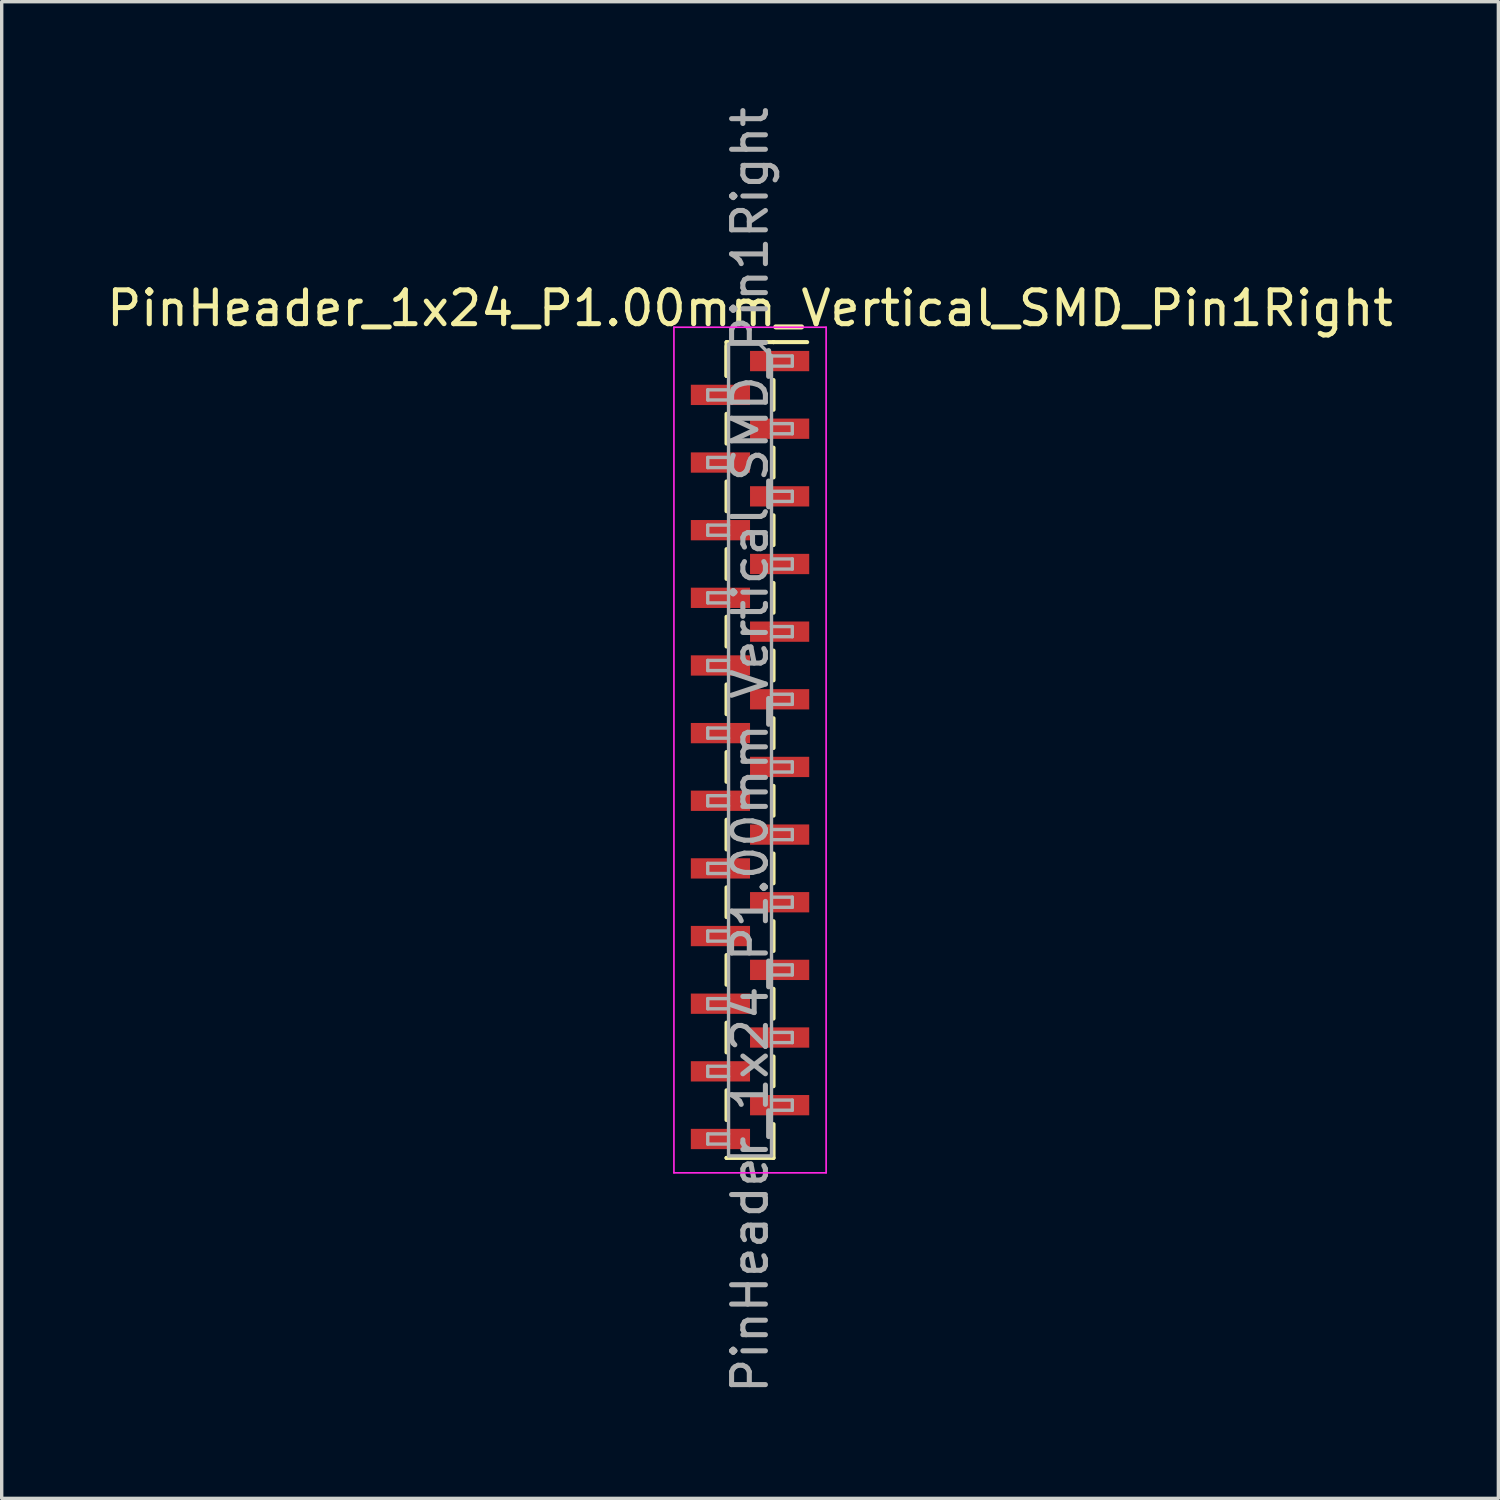
<source format=kicad_pcb>
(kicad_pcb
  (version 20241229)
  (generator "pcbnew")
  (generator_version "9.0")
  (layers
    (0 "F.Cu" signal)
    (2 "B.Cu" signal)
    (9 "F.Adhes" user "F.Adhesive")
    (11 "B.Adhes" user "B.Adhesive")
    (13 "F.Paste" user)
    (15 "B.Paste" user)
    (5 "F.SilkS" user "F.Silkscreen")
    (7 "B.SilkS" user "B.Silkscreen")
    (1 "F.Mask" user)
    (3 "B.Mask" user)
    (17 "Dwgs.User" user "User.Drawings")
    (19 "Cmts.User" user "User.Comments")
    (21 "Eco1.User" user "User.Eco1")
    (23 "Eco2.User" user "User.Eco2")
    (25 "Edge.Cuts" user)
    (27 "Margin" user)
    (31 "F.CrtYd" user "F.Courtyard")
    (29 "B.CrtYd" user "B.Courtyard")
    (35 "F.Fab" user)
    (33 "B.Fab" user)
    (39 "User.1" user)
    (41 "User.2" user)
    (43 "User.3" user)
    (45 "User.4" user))
  (footprint "PinHeader_1x24_P1.00mm_Vertical_SMD_Pin1Right"
    (layer "F.Cu")
    (at 19.125 19.125)
    (property "Reference" "PinHeader_1x24_P1.00mm_Vertical_SMD_Pin1Right" (at 0 -13.06 0) (layer "F.SilkS") (effects (font (size 1 1) (thickness 0.15))))
    (attr smd)
    (fp_line (start -0.695 -12.06) (end -0.695 -11.06) (stroke (width 0.12) (type solid)) (layer "F.SilkS"))
    (fp_line (start -0.695 -12.06) (end 0.695 -12.06) (stroke (width 0.12) (type solid)) (layer "F.SilkS"))
    (fp_line (start -0.695 -11.94) (end -0.695 -11.06) (stroke (width 0.12) (type solid)) (layer "F.SilkS"))
    (fp_line (start -0.695 -9.94) (end -0.695 -9.06) (stroke (width 0.12) (type solid)) (layer "F.SilkS"))
    (fp_line (start -0.695 -7.94) (end -0.695 -7.06) (stroke (width 0.12) (type solid)) (layer "F.SilkS"))
    (fp_line (start -0.695 -5.94) (end -0.695 -5.06) (stroke (width 0.12) (type solid)) (layer "F.SilkS"))
    (fp_line (start -0.695 -3.94) (end -0.695 -3.06) (stroke (width 0.12) (type solid)) (layer "F.SilkS"))
    (fp_line (start -0.695 -1.94) (end -0.695 -1.06) (stroke (width 0.12) (type solid)) (layer "F.SilkS"))
    (fp_line (start -0.695 0.06) (end -0.695 0.94) (stroke (width 0.12) (type solid)) (layer "F.SilkS"))
    (fp_line (start -0.695 2.06) (end -0.695 2.94) (stroke (width 0.12) (type solid)) (layer "F.SilkS"))
    (fp_line (start -0.695 4.06) (end -0.695 4.94) (stroke (width 0.12) (type solid)) (layer "F.SilkS"))
    (fp_line (start -0.695 6.06) (end -0.695 6.94) (stroke (width 0.12) (type solid)) (layer "F.SilkS"))
    (fp_line (start -0.695 8.06) (end -0.695 8.94) (stroke (width 0.12) (type solid)) (layer "F.SilkS"))
    (fp_line (start -0.695 10.06) (end -0.695 10.94) (stroke (width 0.12) (type solid)) (layer "F.SilkS"))
    (fp_line (start -0.695 12.06) (end -0.695 12.06) (stroke (width 0.12) (type solid)) (layer "F.SilkS"))
    (fp_line (start -0.695 12.06) (end 0.695 12.06) (stroke (width 0.12) (type solid)) (layer "F.SilkS"))
    (fp_line (start 0.695 -12.06) (end 0.695 -12.06) (stroke (width 0.12) (type solid)) (layer "F.SilkS"))
    (fp_line (start 0.695 -12.06) (end 1.69 -12.06) (stroke (width 0.12) (type solid)) (layer "F.SilkS"))
    (fp_line (start 0.695 -10.94) (end 0.695 -10.06) (stroke (width 0.12) (type solid)) (layer "F.SilkS"))
    (fp_line (start 0.695 -8.94) (end 0.695 -8.06) (stroke (width 0.12) (type solid)) (layer "F.SilkS"))
    (fp_line (start 0.695 -6.94) (end 0.695 -6.06) (stroke (width 0.12) (type solid)) (layer "F.SilkS"))
    (fp_line (start 0.695 -4.94) (end 0.695 -4.06) (stroke (width 0.12) (type solid)) (layer "F.SilkS"))
    (fp_line (start 0.695 -2.94) (end 0.695 -2.06) (stroke (width 0.12) (type solid)) (layer "F.SilkS"))
    (fp_line (start 0.695 -0.94) (end 0.695 -0.06) (stroke (width 0.12) (type solid)) (layer "F.SilkS"))
    (fp_line (start 0.695 1.06) (end 0.695 1.94) (stroke (width 0.12) (type solid)) (layer "F.SilkS"))
    (fp_line (start 0.695 3.06) (end 0.695 3.94) (stroke (width 0.12) (type solid)) (layer "F.SilkS"))
    (fp_line (start 0.695 5.06) (end 0.695 5.94) (stroke (width 0.12) (type solid)) (layer "F.SilkS"))
    (fp_line (start 0.695 7.06) (end 0.695 7.94) (stroke (width 0.12) (type solid)) (layer "F.SilkS"))
    (fp_line (start 0.695 9.06) (end 0.695 9.94) (stroke (width 0.12) (type solid)) (layer "F.SilkS"))
    (fp_line (start 0.695 11.06) (end 0.695 12.06) (stroke (width 0.12) (type solid)) (layer "F.SilkS"))
    (fp_line (start -2.25 -12.5) (end -2.25 12.5) (stroke (width 0.05) (type solid)) (layer "F.CrtYd"))
    (fp_line (start -2.25 12.5) (end 2.25 12.5) (stroke (width 0.05) (type solid)) (layer "F.CrtYd"))
    (fp_line (start 2.25 -12.5) (end -2.25 -12.5) (stroke (width 0.05) (type solid)) (layer "F.CrtYd"))
    (fp_line (start 2.25 12.5) (end 2.25 -12.5) (stroke (width 0.05) (type solid)) (layer "F.CrtYd"))
    (fp_line (start -1.25 -10.65) (end -1.25 -10.35) (stroke (width 0.1) (type solid)) (layer "F.Fab"))
    (fp_line (start -1.25 -10.35) (end -0.635 -10.35) (stroke (width 0.1) (type solid)) (layer "F.Fab"))
    (fp_line (start -1.25 -8.65) (end -1.25 -8.35) (stroke (width 0.1) (type solid)) (layer "F.Fab"))
    (fp_line (start -1.25 -8.35) (end -0.635 -8.35) (stroke (width 0.1) (type solid)) (layer "F.Fab"))
    (fp_line (start -1.25 -6.65) (end -1.25 -6.35) (stroke (width 0.1) (type solid)) (layer "F.Fab"))
    (fp_line (start -1.25 -6.35) (end -0.635 -6.35) (stroke (width 0.1) (type solid)) (layer "F.Fab"))
    (fp_line (start -1.25 -4.65) (end -1.25 -4.35) (stroke (width 0.1) (type solid)) (layer "F.Fab"))
    (fp_line (start -1.25 -4.35) (end -0.635 -4.35) (stroke (width 0.1) (type solid)) (layer "F.Fab"))
    (fp_line (start -1.25 -2.65) (end -1.25 -2.35) (stroke (width 0.1) (type solid)) (layer "F.Fab"))
    (fp_line (start -1.25 -2.35) (end -0.635 -2.35) (stroke (width 0.1) (type solid)) (layer "F.Fab"))
    (fp_line (start -1.25 -0.65) (end -1.25 -0.35) (stroke (width 0.1) (type solid)) (layer "F.Fab"))
    (fp_line (start -1.25 -0.35) (end -0.635 -0.35) (stroke (width 0.1) (type solid)) (layer "F.Fab"))
    (fp_line (start -1.25 1.35) (end -1.25 1.65) (stroke (width 0.1) (type solid)) (layer "F.Fab"))
    (fp_line (start -1.25 1.65) (end -0.635 1.65) (stroke (width 0.1) (type solid)) (layer "F.Fab"))
    (fp_line (start -1.25 3.35) (end -1.25 3.65) (stroke (width 0.1) (type solid)) (layer "F.Fab"))
    (fp_line (start -1.25 3.65) (end -0.635 3.65) (stroke (width 0.1) (type solid)) (layer "F.Fab"))
    (fp_line (start -1.25 5.35) (end -1.25 5.65) (stroke (width 0.1) (type solid)) (layer "F.Fab"))
    (fp_line (start -1.25 5.65) (end -0.635 5.65) (stroke (width 0.1) (type solid)) (layer "F.Fab"))
    (fp_line (start -1.25 7.35) (end -1.25 7.65) (stroke (width 0.1) (type solid)) (layer "F.Fab"))
    (fp_line (start -1.25 7.65) (end -0.635 7.65) (stroke (width 0.1) (type solid)) (layer "F.Fab"))
    (fp_line (start -1.25 9.35) (end -1.25 9.65) (stroke (width 0.1) (type solid)) (layer "F.Fab"))
    (fp_line (start -1.25 9.65) (end -0.635 9.65) (stroke (width 0.1) (type solid)) (layer "F.Fab"))
    (fp_line (start -1.25 11.35) (end -1.25 11.65) (stroke (width 0.1) (type solid)) (layer "F.Fab"))
    (fp_line (start -1.25 11.65) (end -0.635 11.65) (stroke (width 0.1) (type solid)) (layer "F.Fab"))
    (fp_line (start -0.635 -12) (end -0.635 12) (stroke (width 0.1) (type solid)) (layer "F.Fab"))
    (fp_line (start -0.635 -12) (end 0.285 -12) (stroke (width 0.1) (type solid)) (layer "F.Fab"))
    (fp_line (start -0.635 -10.65) (end -1.25 -10.65) (stroke (width 0.1) (type solid)) (layer "F.Fab"))
    (fp_line (start -0.635 -8.65) (end -1.25 -8.65) (stroke (width 0.1) (type solid)) (layer "F.Fab"))
    (fp_line (start -0.635 -6.65) (end -1.25 -6.65) (stroke (width 0.1) (type solid)) (layer "F.Fab"))
    (fp_line (start -0.635 -4.65) (end -1.25 -4.65) (stroke (width 0.1) (type solid)) (layer "F.Fab"))
    (fp_line (start -0.635 -2.65) (end -1.25 -2.65) (stroke (width 0.1) (type solid)) (layer "F.Fab"))
    (fp_line (start -0.635 -0.65) (end -1.25 -0.65) (stroke (width 0.1) (type solid)) (layer "F.Fab"))
    (fp_line (start -0.635 1.35) (end -1.25 1.35) (stroke (width 0.1) (type solid)) (layer "F.Fab"))
    (fp_line (start -0.635 3.35) (end -1.25 3.35) (stroke (width 0.1) (type solid)) (layer "F.Fab"))
    (fp_line (start -0.635 5.35) (end -1.25 5.35) (stroke (width 0.1) (type solid)) (layer "F.Fab"))
    (fp_line (start -0.635 7.35) (end -1.25 7.35) (stroke (width 0.1) (type solid)) (layer "F.Fab"))
    (fp_line (start -0.635 9.35) (end -1.25 9.35) (stroke (width 0.1) (type solid)) (layer "F.Fab"))
    (fp_line (start -0.635 11.35) (end -1.25 11.35) (stroke (width 0.1) (type solid)) (layer "F.Fab"))
    (fp_line (start 0.635 -11.65) (end 0.285 -12) (stroke (width 0.1) (type solid)) (layer "F.Fab"))
    (fp_line (start 0.635 -11.65) (end 1.25 -11.65) (stroke (width 0.1) (type solid)) (layer "F.Fab"))
    (fp_line (start 0.635 -9.65) (end 1.25 -9.65) (stroke (width 0.1) (type solid)) (layer "F.Fab"))
    (fp_line (start 0.635 -7.65) (end 1.25 -7.65) (stroke (width 0.1) (type solid)) (layer "F.Fab"))
    (fp_line (start 0.635 -5.65) (end 1.25 -5.65) (stroke (width 0.1) (type solid)) (layer "F.Fab"))
    (fp_line (start 0.635 -3.65) (end 1.25 -3.65) (stroke (width 0.1) (type solid)) (layer "F.Fab"))
    (fp_line (start 0.635 -1.65) (end 1.25 -1.65) (stroke (width 0.1) (type solid)) (layer "F.Fab"))
    (fp_line (start 0.635 0.35) (end 1.25 0.35) (stroke (width 0.1) (type solid)) (layer "F.Fab"))
    (fp_line (start 0.635 2.35) (end 1.25 2.35) (stroke (width 0.1) (type solid)) (layer "F.Fab"))
    (fp_line (start 0.635 4.35) (end 1.25 4.35) (stroke (width 0.1) (type solid)) (layer "F.Fab"))
    (fp_line (start 0.635 6.35) (end 1.25 6.35) (stroke (width 0.1) (type solid)) (layer "F.Fab"))
    (fp_line (start 0.635 8.35) (end 1.25 8.35) (stroke (width 0.1) (type solid)) (layer "F.Fab"))
    (fp_line (start 0.635 10.35) (end 1.25 10.35) (stroke (width 0.1) (type solid)) (layer "F.Fab"))
    (fp_line (start 0.635 12) (end -0.635 12) (stroke (width 0.1) (type solid)) (layer "F.Fab"))
    (fp_line (start 0.635 12) (end 0.635 -11.65) (stroke (width 0.1) (type solid)) (layer "F.Fab"))
    (fp_line (start 1.25 -11.65) (end 1.25 -11.35) (stroke (width 0.1) (type solid)) (layer "F.Fab"))
    (fp_line (start 1.25 -11.35) (end 0.635 -11.35) (stroke (width 0.1) (type solid)) (layer "F.Fab"))
    (fp_line (start 1.25 -9.65) (end 1.25 -9.35) (stroke (width 0.1) (type solid)) (layer "F.Fab"))
    (fp_line (start 1.25 -9.35) (end 0.635 -9.35) (stroke (width 0.1) (type solid)) (layer "F.Fab"))
    (fp_line (start 1.25 -7.65) (end 1.25 -7.35) (stroke (width 0.1) (type solid)) (layer "F.Fab"))
    (fp_line (start 1.25 -7.35) (end 0.635 -7.35) (stroke (width 0.1) (type solid)) (layer "F.Fab"))
    (fp_line (start 1.25 -5.65) (end 1.25 -5.35) (stroke (width 0.1) (type solid)) (layer "F.Fab"))
    (fp_line (start 1.25 -5.35) (end 0.635 -5.35) (stroke (width 0.1) (type solid)) (layer "F.Fab"))
    (fp_line (start 1.25 -3.65) (end 1.25 -3.35) (stroke (width 0.1) (type solid)) (layer "F.Fab"))
    (fp_line (start 1.25 -3.35) (end 0.635 -3.35) (stroke (width 0.1) (type solid)) (layer "F.Fab"))
    (fp_line (start 1.25 -1.65) (end 1.25 -1.35) (stroke (width 0.1) (type solid)) (layer "F.Fab"))
    (fp_line (start 1.25 -1.35) (end 0.635 -1.35) (stroke (width 0.1) (type solid)) (layer "F.Fab"))
    (fp_line (start 1.25 0.35) (end 1.25 0.65) (stroke (width 0.1) (type solid)) (layer "F.Fab"))
    (fp_line (start 1.25 0.65) (end 0.635 0.65) (stroke (width 0.1) (type solid)) (layer "F.Fab"))
    (fp_line (start 1.25 2.35) (end 1.25 2.65) (stroke (width 0.1) (type solid)) (layer "F.Fab"))
    (fp_line (start 1.25 2.65) (end 0.635 2.65) (stroke (width 0.1) (type solid)) (layer "F.Fab"))
    (fp_line (start 1.25 4.35) (end 1.25 4.65) (stroke (width 0.1) (type solid)) (layer "F.Fab"))
    (fp_line (start 1.25 4.65) (end 0.635 4.65) (stroke (width 0.1) (type solid)) (layer "F.Fab"))
    (fp_line (start 1.25 6.35) (end 1.25 6.65) (stroke (width 0.1) (type solid)) (layer "F.Fab"))
    (fp_line (start 1.25 6.65) (end 0.635 6.65) (stroke (width 0.1) (type solid)) (layer "F.Fab"))
    (fp_line (start 1.25 8.35) (end 1.25 8.65) (stroke (width 0.1) (type solid)) (layer "F.Fab"))
    (fp_line (start 1.25 8.65) (end 0.635 8.65) (stroke (width 0.1) (type solid)) (layer "F.Fab"))
    (fp_line (start 1.25 10.35) (end 1.25 10.65) (stroke (width 0.1) (type solid)) (layer "F.Fab"))
    (fp_line (start 1.25 10.65) (end 0.635 10.65) (stroke (width 0.1) (type solid)) (layer "F.Fab"))
    (fp_text user "${REFERENCE}" (at 0 0 90) (layer "F.Fab") (effects (font (size 1 1) (thickness 0.15))))
    (pad "1" smd rect (at 0.875 -11.5) (size 1.75 0.6) (layers "F.Cu" "F.Mask" "F.Paste"))
    (pad "2" smd rect (at -0.875 -10.5) (size 1.75 0.6) (layers "F.Cu" "F.Mask" "F.Paste"))
    (pad "3" smd rect (at 0.875 -9.5) (size 1.75 0.6) (layers "F.Cu" "F.Mask" "F.Paste"))
    (pad "4" smd rect (at -0.875 -8.5) (size 1.75 0.6) (layers "F.Cu" "F.Mask" "F.Paste"))
    (pad "5" smd rect (at 0.875 -7.5) (size 1.75 0.6) (layers "F.Cu" "F.Mask" "F.Paste"))
    (pad "6" smd rect (at -0.875 -6.5) (size 1.75 0.6) (layers "F.Cu" "F.Mask" "F.Paste"))
    (pad "7" smd rect (at 0.875 -5.5) (size 1.75 0.6) (layers "F.Cu" "F.Mask" "F.Paste"))
    (pad "8" smd rect (at -0.875 -4.5) (size 1.75 0.6) (layers "F.Cu" "F.Mask" "F.Paste"))
    (pad "9" smd rect (at 0.875 -3.5) (size 1.75 0.6) (layers "F.Cu" "F.Mask" "F.Paste"))
    (pad "10" smd rect (at -0.875 -2.5) (size 1.75 0.6) (layers "F.Cu" "F.Mask" "F.Paste"))
    (pad "11" smd rect (at 0.875 -1.5) (size 1.75 0.6) (layers "F.Cu" "F.Mask" "F.Paste"))
    (pad "12" smd rect (at -0.875 -0.5) (size 1.75 0.6) (layers "F.Cu" "F.Mask" "F.Paste"))
    (pad "13" smd rect (at 0.875 0.5) (size 1.75 0.6) (layers "F.Cu" "F.Mask" "F.Paste"))
    (pad "14" smd rect (at -0.875 1.5) (size 1.75 0.6) (layers "F.Cu" "F.Mask" "F.Paste"))
    (pad "15" smd rect (at 0.875 2.5) (size 1.75 0.6) (layers "F.Cu" "F.Mask" "F.Paste"))
    (pad "16" smd rect (at -0.875 3.5) (size 1.75 0.6) (layers "F.Cu" "F.Mask" "F.Paste"))
    (pad "17" smd rect (at 0.875 4.5) (size 1.75 0.6) (layers "F.Cu" "F.Mask" "F.Paste"))
    (pad "18" smd rect (at -0.875 5.5) (size 1.75 0.6) (layers "F.Cu" "F.Mask" "F.Paste"))
    (pad "19" smd rect (at 0.875 6.5) (size 1.75 0.6) (layers "F.Cu" "F.Mask" "F.Paste"))
    (pad "20" smd rect (at -0.875 7.5) (size 1.75 0.6) (layers "F.Cu" "F.Mask" "F.Paste"))
    (pad "21" smd rect (at 0.875 8.5) (size 1.75 0.6) (layers "F.Cu" "F.Mask" "F.Paste"))
    (pad "22" smd rect (at -0.875 9.5) (size 1.75 0.6) (layers "F.Cu" "F.Mask" "F.Paste"))
    (pad "23" smd rect (at 0.875 10.5) (size 1.75 0.6) (layers "F.Cu" "F.Mask" "F.Paste"))
    (pad "24" smd rect (at -0.875 11.5) (size 1.75 0.6) (layers "F.Cu" "F.Mask" "F.Paste")))
  (gr_rect
    (start -3 -3)
    (end 41.25 41.25)
    (stroke (width 0.1) (type default))
    (fill no)
    (layer "Edge.Cuts")))
</source>
